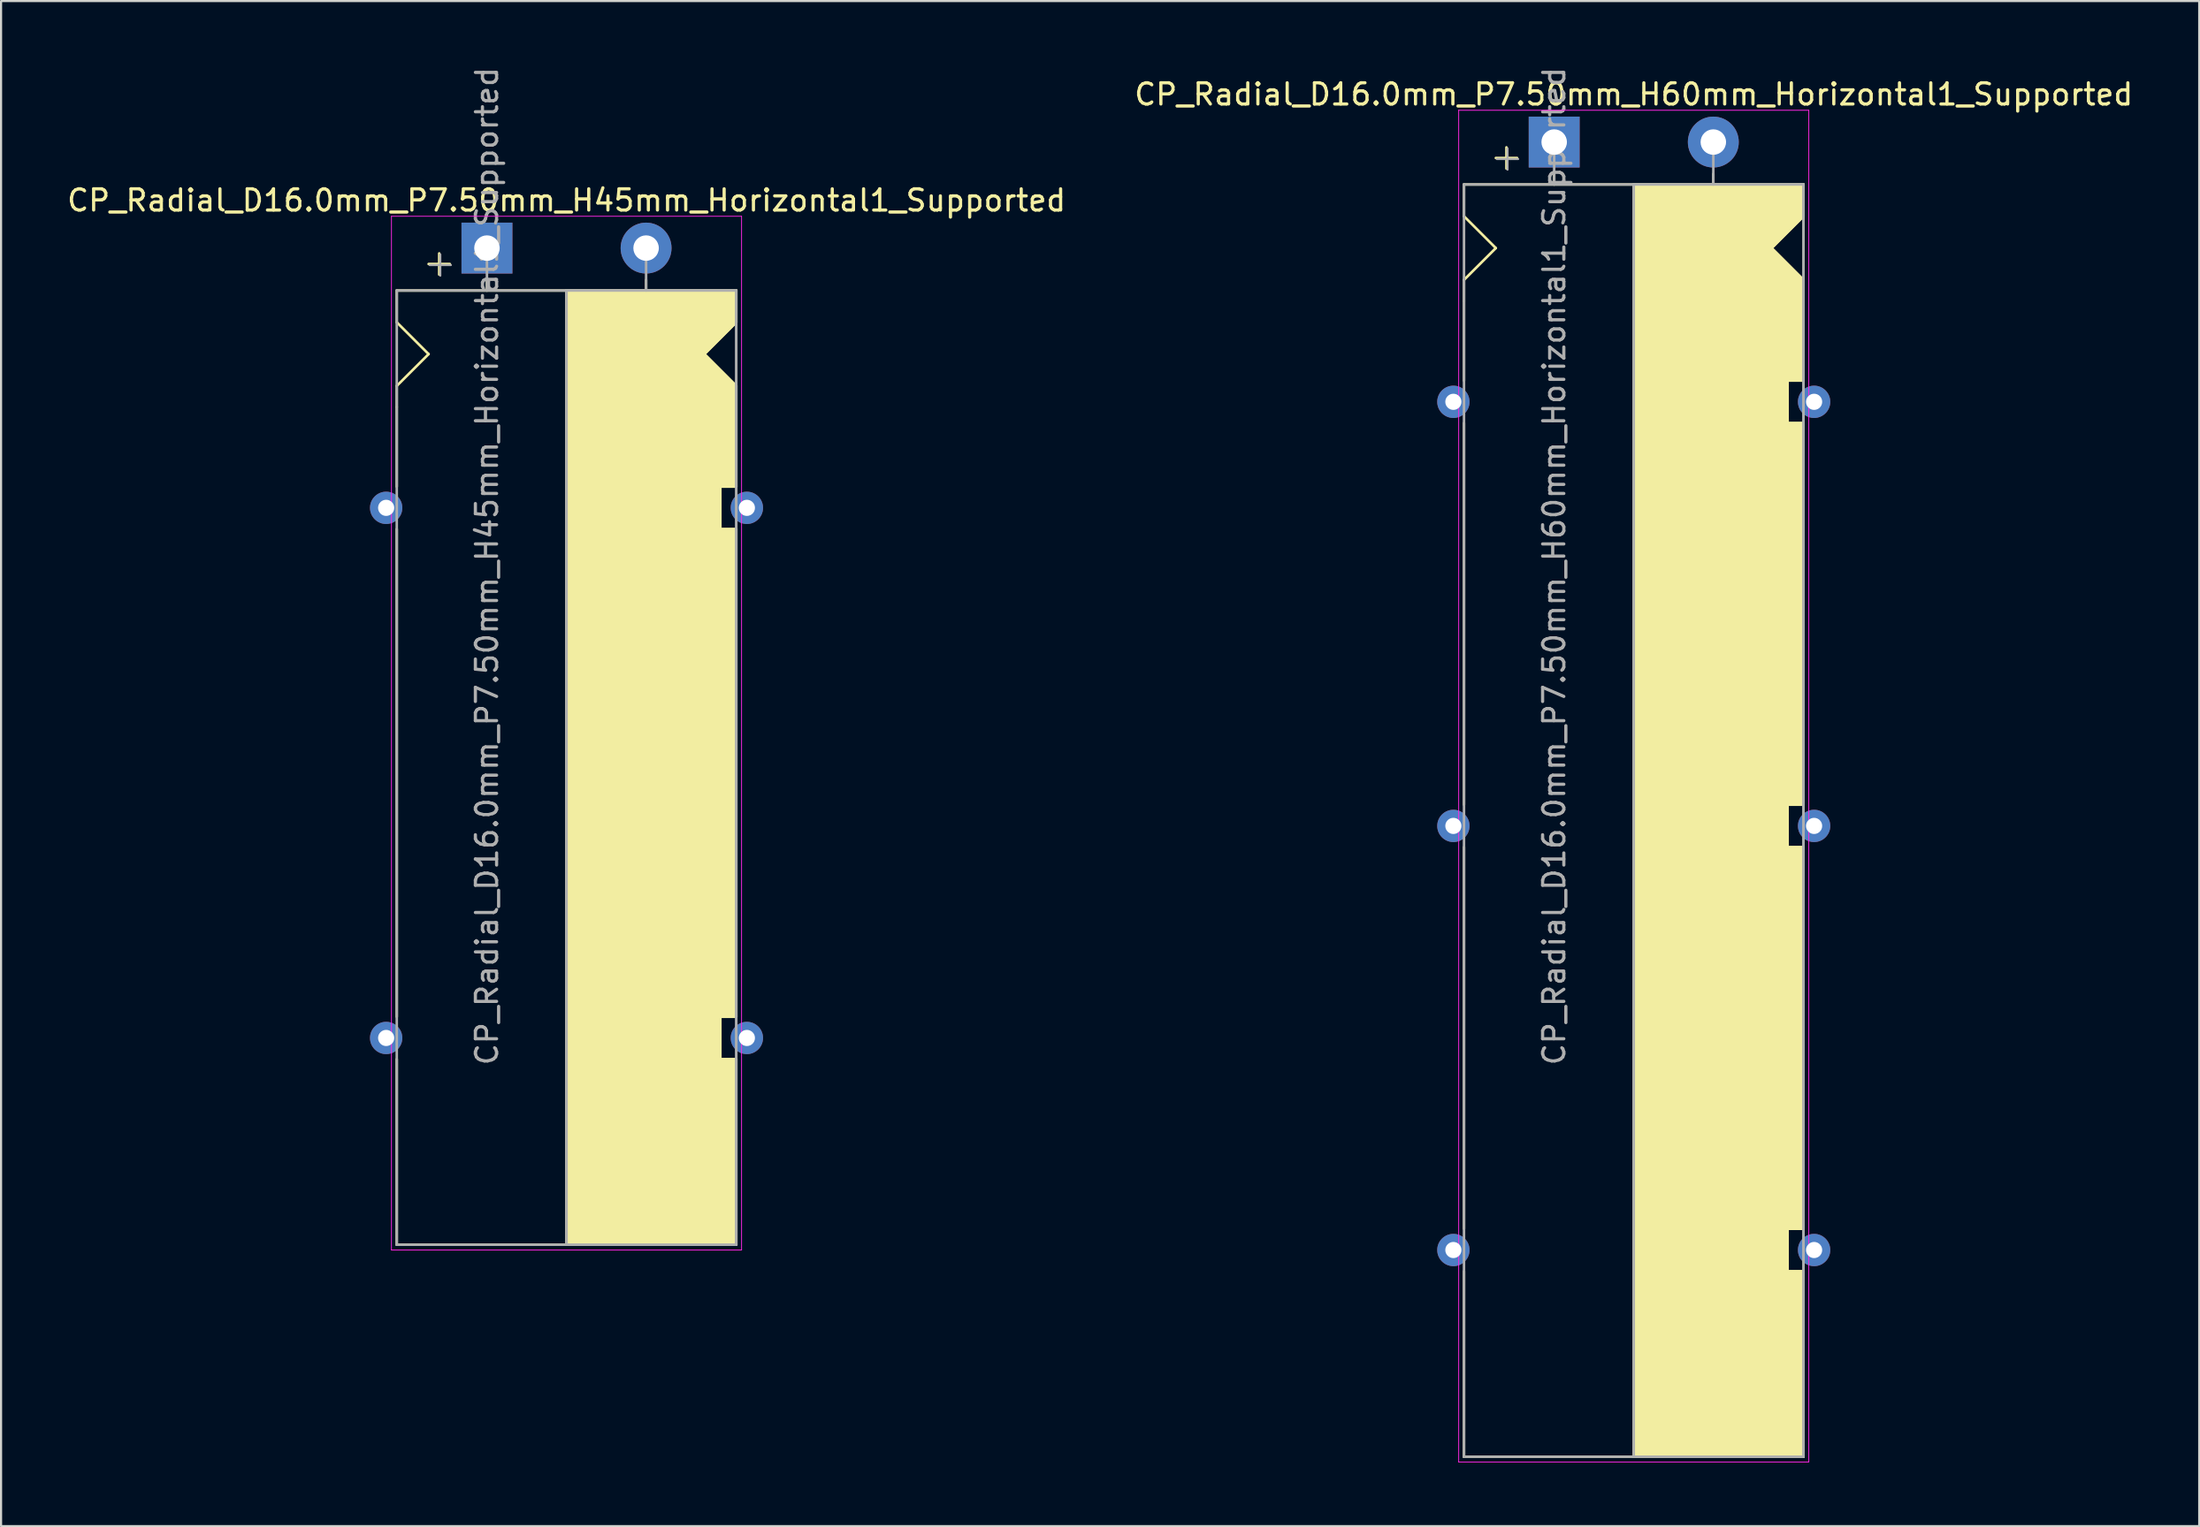
<source format=kicad_pcb>
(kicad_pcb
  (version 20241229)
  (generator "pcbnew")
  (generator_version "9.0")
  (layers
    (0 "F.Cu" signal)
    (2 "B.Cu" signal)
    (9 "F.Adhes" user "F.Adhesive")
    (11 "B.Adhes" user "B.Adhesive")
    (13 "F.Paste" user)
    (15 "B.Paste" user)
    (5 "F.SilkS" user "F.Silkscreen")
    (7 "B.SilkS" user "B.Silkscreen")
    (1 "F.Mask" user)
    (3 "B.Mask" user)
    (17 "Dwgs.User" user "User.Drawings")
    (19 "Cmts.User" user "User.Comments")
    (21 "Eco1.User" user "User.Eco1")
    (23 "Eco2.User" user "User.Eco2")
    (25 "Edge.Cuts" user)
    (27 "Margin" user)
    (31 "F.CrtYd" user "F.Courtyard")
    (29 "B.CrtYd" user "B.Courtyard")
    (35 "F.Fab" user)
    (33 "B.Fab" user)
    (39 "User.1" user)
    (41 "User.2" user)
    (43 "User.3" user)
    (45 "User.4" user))
  (footprint "CP_Radial_D16.0mm_P7.50mm_H60mm_Horizontal1_Supported"
    (layer "F.Cu")
    (at 70.196 3.649)
    (property "Reference" "CP_Radial_D16.0mm_P7.50mm_H60mm_Horizontal1_Supported" (at 3.75 -2.25 0) (layer "F.SilkS") (effects (font (size 1 1) (thickness 0.15))))
    (attr through_hole)
    (fp_line (start -4.25 2) (end -4.25 3.5) (stroke (width 0.12) (type solid)) (layer "F.SilkS"))
    (fp_line (start -4.25 3.5) (end -2.75 5) (stroke (width 0.12) (type solid)) (layer "F.SilkS"))
    (fp_line (start -4.25 6.5) (end -4.25 7.5) (stroke (width 0.12) (type solid)) (layer "F.SilkS"))
    (fp_line (start -4.25 7.5) (end -4.25 11.25) (stroke (width 0.12) (type solid)) (layer "F.SilkS"))
    (fp_line (start -4.25 31.25) (end -4.25 13.25) (stroke (width 0.12) (type solid)) (layer "F.SilkS"))
    (fp_line (start -4.25 33.25) (end -4.25 51.25) (stroke (width 0.12) (type solid)) (layer "F.SilkS"))
    (fp_line (start -4.25 53.25) (end -4.25 62) (stroke (width 0.12) (type solid)) (layer "F.SilkS"))
    (fp_line (start -2.75 5) (end -4.25 6.5) (stroke (width 0.12) (type solid)) (layer "F.SilkS"))
    (fp_line (start -2.25 0.25) (end -2.25 1.25) (stroke (width 0.12) (type solid)) (layer "F.SilkS"))
    (fp_line (start -1.75 0.75) (end -2.75 0.75) (stroke (width 0.12) (type solid)) (layer "F.SilkS"))
    (fp_line (start 0 1.5) (end 0 2) (stroke (width 0.12) (type solid)) (layer "F.SilkS"))
    (fp_line (start 3.75 2) (end -4.25 2) (stroke (width 0.12) (type solid)) (layer "F.SilkS"))
    (fp_line (start 3.75 2) (end 3.75 62) (stroke (width 0.12) (type solid)) (layer "F.SilkS"))
    (fp_line (start 3.75 2) (end 11.75 2) (stroke (width 0.12) (type solid)) (layer "F.SilkS"))
    (fp_line (start 7.5 1.5) (end 7.5 2) (stroke (width 0.12) (type solid)) (layer "F.SilkS"))
    (fp_line (start 10.25 5) (end 11.75 6.5) (stroke (width 0.12) (type solid)) (layer "F.SilkS"))
    (fp_line (start 11 11.25) (end 11.75 11.25) (stroke (width 0.12) (type solid)) (layer "F.SilkS"))
    (fp_line (start 11 13.25) (end 11 11.25) (stroke (width 0.12) (type solid)) (layer "F.SilkS"))
    (fp_line (start 11 31.25) (end 11.75 31.25) (stroke (width 0.12) (type solid)) (layer "F.SilkS"))
    (fp_line (start 11 33.25) (end 11 31.25) (stroke (width 0.12) (type solid)) (layer "F.SilkS"))
    (fp_line (start 11 51.25) (end 11.75 51.25) (stroke (width 0.12) (type solid)) (layer "F.SilkS"))
    (fp_line (start 11 53.25) (end 11 51.25) (stroke (width 0.12) (type solid)) (layer "F.SilkS"))
    (fp_line (start 11.75 2) (end 11.75 3.5) (stroke (width 0.12) (type solid)) (layer "F.SilkS"))
    (fp_line (start 11.75 3.5) (end 10.25 5) (stroke (width 0.12) (type solid)) (layer "F.SilkS"))
    (fp_line (start 11.75 11.25) (end 11.75 6.5) (stroke (width 0.12) (type solid)) (layer "F.SilkS"))
    (fp_line (start 11.75 13.25) (end 11 13.25) (stroke (width 0.12) (type solid)) (layer "F.SilkS"))
    (fp_line (start 11.75 13.25) (end 11.75 31.25) (stroke (width 0.12) (type solid)) (layer "F.SilkS"))
    (fp_line (start 11.75 33.25) (end 11 33.25) (stroke (width 0.12) (type solid)) (layer "F.SilkS"))
    (fp_line (start 11.75 33.25) (end 11.75 51.25) (stroke (width 0.12) (type solid)) (layer "F.SilkS"))
    (fp_line (start 11.75 53.25) (end 11 53.25) (stroke (width 0.12) (type solid)) (layer "F.SilkS"))
    (fp_line (start 11.75 62) (end -4.25 62) (stroke (width 0.12) (type solid)) (layer "F.SilkS"))
    (fp_line (start 11.75 62) (end 11.75 53.25) (stroke (width 0.12) (type solid)) (layer "F.SilkS"))
    (fp_poly (pts (xy 11.75 3.5) (xy 10.25 5) (xy 11.75 6.5) (xy 11.75 11.25) (xy 11 11.25) (xy 11 13.25) (xy 11.75 13.25) (xy 11.75 31.25) (xy 11 31.25) (xy 11 33.25) (xy 11.75 33.25) (xy 11.75 51.25) (xy 11 51.25) (xy 11 53.25) (xy 11.75 53.25) (xy 11.75 62) (xy 3.75 62) (xy 3.75 2) (xy 11.75 2)) (stroke (width 0.1) (type solid)) (fill yes) (layer "F.SilkS"))
    (fp_line (start -4.5 -1.5) (end 12 -1.5) (stroke (width 0.04) (type solid)) (layer "F.CrtYd"))
    (fp_line (start -4.5 62.25) (end -4.5 -1.5) (stroke (width 0.04) (type solid)) (layer "F.CrtYd"))
    (fp_line (start 12 -1.5) (end 12 62.25) (stroke (width 0.04) (type solid)) (layer "F.CrtYd"))
    (fp_line (start 12 62.25) (end -4.5 62.25) (stroke (width 0.04) (type solid)) (layer "F.CrtYd"))
    (fp_line (start -4.25 2) (end -4.25 62) (stroke (width 0.12) (type solid)) (layer "F.Fab"))
    (fp_line (start -4.25 62) (end 11.75 62) (stroke (width 0.12) (type solid)) (layer "F.Fab"))
    (fp_line (start -2.7 0.8) (end -1.7 0.8) (stroke (width 0.1) (type solid)) (layer "F.Fab"))
    (fp_line (start -2.2 1.3) (end -2.2 0.3) (stroke (width 0.1) (type solid)) (layer "F.Fab"))
    (fp_line (start 0 0) (end 0 2) (stroke (width 0.12) (type solid)) (layer "F.Fab"))
    (fp_line (start 0 2) (end -4.25 2) (stroke (width 0.12) (type solid)) (layer "F.Fab"))
    (fp_line (start 3.75 2) (end 3.75 62) (stroke (width 0.12) (type solid)) (layer "F.Fab"))
    (fp_line (start 7.5 0) (end 7.5 2) (stroke (width 0.12) (type solid)) (layer "F.Fab"))
    (fp_line (start 11.75 2) (end 0 2) (stroke (width 0.12) (type solid)) (layer "F.Fab"))
    (fp_line (start 11.75 62) (end 11.75 2) (stroke (width 0.12) (type solid)) (layer "F.Fab"))
    (fp_poly (pts (xy 11.75 62) (xy 3.75 62) (xy 3.75 2) (xy 11.75 2)) (stroke (width 0.1) (type solid)) (fill no) (layer "F.Fab"))
    (fp_text user "${REFERENCE}" (at 0 20 90) (layer "F.Fab") (effects (font (size 1 1) (thickness 0.15))))
    (pad "" thru_hole circle (at -4.75 12.25) (size 1.524 1.524) (drill 0.762) (layers "*.Cu" "*.Mask"))
    (pad "" thru_hole circle (at -4.75 32.25) (size 1.524 1.524) (drill 0.762) (layers "*.Cu" "*.Mask"))
    (pad "" thru_hole circle (at -4.75 52.25) (size 1.524 1.524) (drill 0.762) (layers "*.Cu" "*.Mask"))
    (pad "" thru_hole circle (at 12.25 12.25) (size 1.524 1.524) (drill 0.762) (layers "*.Cu" "*.Mask"))
    (pad "" thru_hole circle (at 12.25 32.25) (size 1.524 1.524) (drill 0.762) (layers "*.Cu" "*.Mask"))
    (pad "" thru_hole circle (at 12.25 52.25) (size 1.524 1.524) (drill 0.762) (layers "*.Cu" "*.Mask"))
    (pad "1" thru_hole rect (at 0 0) (size 2.4 2.4) (drill 1.2) (layers "*.Cu" "*.Mask"))
    (pad "2" thru_hole circle (at 7.5 0) (size 2.4 2.4) (drill 1.2) (layers "*.Cu" "*.Mask")))
  (footprint "CP_Radial_D16.0mm_P7.50mm_H45mm_Horizontal1_Supported"
    (layer "F.Cu")
    (at 19.899 8.649)
    (property "Reference" "CP_Radial_D16.0mm_P7.50mm_H45mm_Horizontal1_Supported" (at 3.75 -2.25 0) (layer "F.SilkS") (effects (font (size 1 1) (thickness 0.15))))
    (attr through_hole)
    (fp_line (start -4.25 2) (end -4.25 3.5) (stroke (width 0.12) (type solid)) (layer "F.SilkS"))
    (fp_line (start -4.25 3.5) (end -2.75 5) (stroke (width 0.12) (type solid)) (layer "F.SilkS"))
    (fp_line (start -4.25 6.5) (end -4.25 7.5) (stroke (width 0.12) (type solid)) (layer "F.SilkS"))
    (fp_line (start -4.25 7.5) (end -4.25 11.25) (stroke (width 0.12) (type solid)) (layer "F.SilkS"))
    (fp_line (start -4.25 36.25) (end -4.25 13.25) (stroke (width 0.12) (type solid)) (layer "F.SilkS"))
    (fp_line (start -4.25 38.25) (end -4.25 47) (stroke (width 0.12) (type solid)) (layer "F.SilkS"))
    (fp_line (start -2.75 5) (end -4.25 6.5) (stroke (width 0.12) (type solid)) (layer "F.SilkS"))
    (fp_line (start -2.25 0.25) (end -2.25 1.25) (stroke (width 0.12) (type solid)) (layer "F.SilkS"))
    (fp_line (start -1.75 0.75) (end -2.75 0.75) (stroke (width 0.12) (type solid)) (layer "F.SilkS"))
    (fp_line (start 0 1.5) (end 0 2) (stroke (width 0.12) (type solid)) (layer "F.SilkS"))
    (fp_line (start 3.75 2) (end -4.25 2) (stroke (width 0.12) (type solid)) (layer "F.SilkS"))
    (fp_line (start 3.75 2) (end 3.75 47) (stroke (width 0.12) (type solid)) (layer "F.SilkS"))
    (fp_line (start 3.75 2) (end 11.75 2) (stroke (width 0.12) (type solid)) (layer "F.SilkS"))
    (fp_line (start 7.5 1.5) (end 7.5 2) (stroke (width 0.12) (type solid)) (layer "F.SilkS"))
    (fp_line (start 10.25 5) (end 11.75 6.5) (stroke (width 0.12) (type solid)) (layer "F.SilkS"))
    (fp_line (start 11 11.25) (end 11.75 11.25) (stroke (width 0.12) (type solid)) (layer "F.SilkS"))
    (fp_line (start 11 13.25) (end 11 11.25) (stroke (width 0.12) (type solid)) (layer "F.SilkS"))
    (fp_line (start 11 36.25) (end 11.75 36.25) (stroke (width 0.12) (type solid)) (layer "F.SilkS"))
    (fp_line (start 11 38.25) (end 11 36.25) (stroke (width 0.12) (type solid)) (layer "F.SilkS"))
    (fp_line (start 11.75 2) (end 11.75 3.5) (stroke (width 0.12) (type solid)) (layer "F.SilkS"))
    (fp_line (start 11.75 3.5) (end 10.25 5) (stroke (width 0.12) (type solid)) (layer "F.SilkS"))
    (fp_line (start 11.75 11.25) (end 11.75 6.5) (stroke (width 0.12) (type solid)) (layer "F.SilkS"))
    (fp_line (start 11.75 13.25) (end 11 13.25) (stroke (width 0.12) (type solid)) (layer "F.SilkS"))
    (fp_line (start 11.75 13.25) (end 11.75 36.25) (stroke (width 0.12) (type solid)) (layer "F.SilkS"))
    (fp_line (start 11.75 38.25) (end 11 38.25) (stroke (width 0.12) (type solid)) (layer "F.SilkS"))
    (fp_line (start 11.75 47) (end -4.25 47) (stroke (width 0.12) (type solid)) (layer "F.SilkS"))
    (fp_line (start 11.75 47) (end 11.75 38.25) (stroke (width 0.12) (type solid)) (layer "F.SilkS"))
    (fp_poly (pts (xy 11.75 3.5) (xy 10.25 5) (xy 11.75 6.5) (xy 11.75 11.25) (xy 11 11.25) (xy 11 13.25) (xy 11.75 13.25) (xy 11.75 36.25) (xy 11 36.25) (xy 11 38.25) (xy 11.75 38.25) (xy 11.75 47) (xy 3.75 47) (xy 3.75 2) (xy 11.75 2)) (stroke (width 0.1) (type solid)) (fill yes) (layer "F.SilkS"))
    (fp_line (start -4.5 -1.5) (end 12 -1.5) (stroke (width 0.04) (type solid)) (layer "F.CrtYd"))
    (fp_line (start -4.5 47.25) (end -4.5 -1.5) (stroke (width 0.04) (type solid)) (layer "F.CrtYd"))
    (fp_line (start 12 -1.5) (end 12 47.25) (stroke (width 0.04) (type solid)) (layer "F.CrtYd"))
    (fp_line (start 12 47.25) (end -4.5 47.25) (stroke (width 0.04) (type solid)) (layer "F.CrtYd"))
    (fp_line (start -4.25 2) (end -4.25 47) (stroke (width 0.12) (type solid)) (layer "F.Fab"))
    (fp_line (start -4.25 47) (end 11.75 47) (stroke (width 0.12) (type solid)) (layer "F.Fab"))
    (fp_line (start -2.7 0.8) (end -1.7 0.8) (stroke (width 0.1) (type solid)) (layer "F.Fab"))
    (fp_line (start -2.2 1.3) (end -2.2 0.3) (stroke (width 0.1) (type solid)) (layer "F.Fab"))
    (fp_line (start 0 0) (end 0 2) (stroke (width 0.12) (type solid)) (layer "F.Fab"))
    (fp_line (start 0 2) (end -4.25 2) (stroke (width 0.12) (type solid)) (layer "F.Fab"))
    (fp_line (start 3.75 2) (end 3.75 47) (stroke (width 0.12) (type solid)) (layer "F.Fab"))
    (fp_line (start 7.5 0) (end 7.5 2) (stroke (width 0.12) (type solid)) (layer "F.Fab"))
    (fp_line (start 11.75 2) (end 0 2) (stroke (width 0.12) (type solid)) (layer "F.Fab"))
    (fp_line (start 11.75 47) (end 11.75 2) (stroke (width 0.12) (type solid)) (layer "F.Fab"))
    (fp_poly (pts (xy 11.75 47) (xy 3.75 47) (xy 3.75 2) (xy 11.75 2)) (stroke (width 0.1) (type solid)) (fill no) (layer "F.Fab"))
    (fp_text user "${REFERENCE}" (at 0 15 90) (layer "F.Fab") (effects (font (size 1 1) (thickness 0.15))))
    (pad "" thru_hole circle (at -4.75 12.25) (size 1.524 1.524) (drill 0.762) (layers "*.Cu" "*.Mask"))
    (pad "" thru_hole circle (at -4.75 37.25) (size 1.524 1.524) (drill 0.762) (layers "*.Cu" "*.Mask"))
    (pad "" thru_hole circle (at 12.25 12.25) (size 1.524 1.524) (drill 0.762) (layers "*.Cu" "*.Mask"))
    (pad "" thru_hole circle (at 12.25 37.25) (size 1.524 1.524) (drill 0.762) (layers "*.Cu" "*.Mask"))
    (pad "1" thru_hole rect (at 0 0) (size 2.4 2.4) (drill 1.2) (layers "*.Cu" "*.Mask"))
    (pad "2" thru_hole circle (at 7.5 0) (size 2.4 2.4) (drill 1.2) (layers "*.Cu" "*.Mask")))
  (gr_rect
    (start -3 -3)
    (end 100.595 68.919)
    (stroke (width 0.1) (type default))
    (fill no)
    (layer "Edge.Cuts")))
</source>
